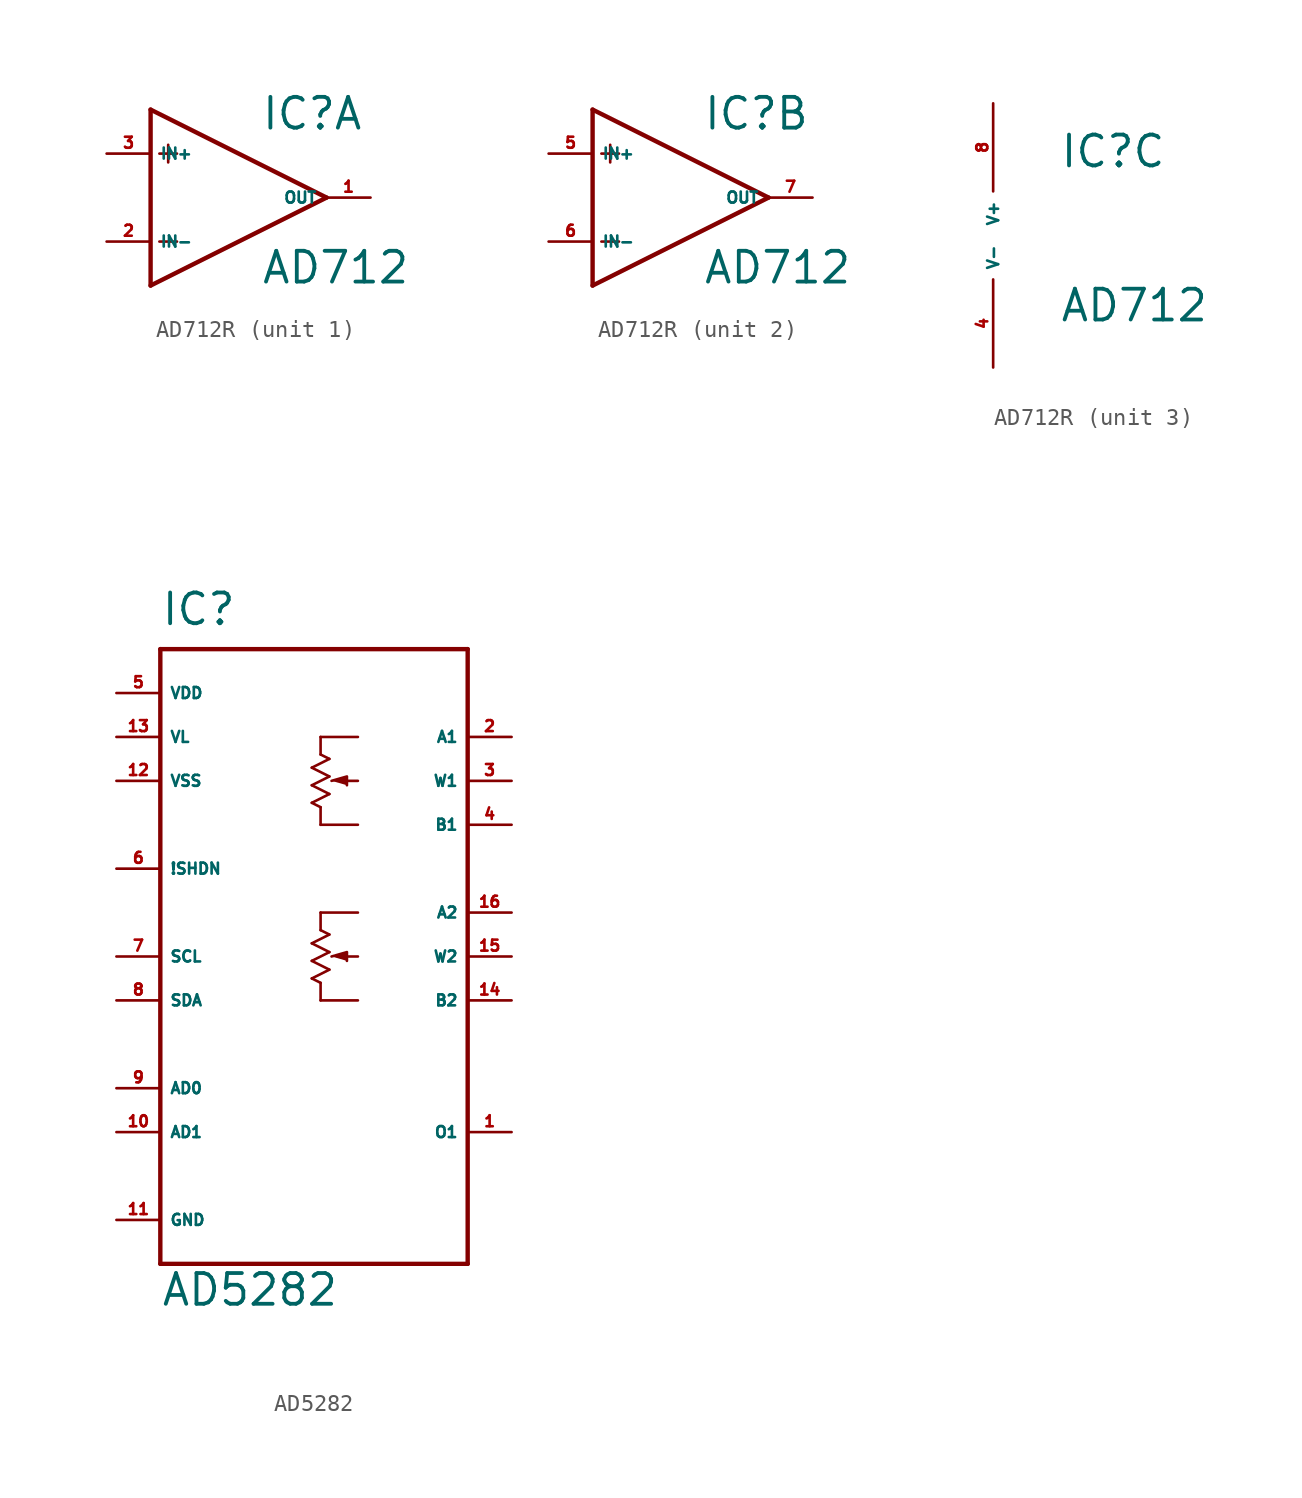
<source format=kicad_sym>
(kicad_symbol_lib
  (version 20220914)
  (generator Eagle2Kicad)
  (symbol "AD712R"
    (property "Reference" "IC"
      (at 3.81 3.81 0)
      (effects (font (size 1.778 1.778) (thickness 0.22)) (justify left bottom)))
    (property "Value" "AD712"
      (at 3.81 -5.08 0)
      (effects (font (size 1.778 1.778) (thickness 0.22)) (justify left bottom)))
    (symbol "AD712R_1_0"
      (polyline (pts (xy -2.54 5.08) (xy -2.54 -5.08)) (stroke (width 0.254) (type default)) (fill (type none)))
      (polyline (pts (xy -2.54 -5.08) (xy 7.62 0)) (stroke (width 0.254) (type default)) (fill (type none)))
      (polyline (pts (xy 7.62 0) (xy -2.54 5.08)) (stroke (width 0.254) (type default)) (fill (type none)))
      (polyline (pts (xy -2.032 2.54) (xy -1.016 2.54)) (stroke (width 0.152) (type default)) (fill (type none)))
      (polyline (pts (xy -1.524 3.048) (xy -1.524 2.032)) (stroke (width 0.152) (type default)) (fill (type none)))
      (polyline (pts (xy -2.032 -2.54) (xy -1.016 -2.54)) (stroke (width 0.152) (type default)) (fill (type none)))
      (pin input line (at -5.08 2.54 0) (length 2.54) (name "IN+" (effects (font (size 0.635 0.635) (thickness 0.08)) (justify left bottom))) (number "3" (effects (font (size 0.635 0.635) (thickness 0.08)) (justify left bottom))))
      (pin input line (at -5.08 -2.54 0) (length 2.54) (name "IN-" (effects (font (size 0.635 0.635) (thickness 0.08)) (justify left bottom))) (number "2" (effects (font (size 0.635 0.635) (thickness 0.08)) (justify left bottom))))
      (pin output line (at 10.16 0 180) (length 2.54) (name "OUT" (effects (font (size 0.635 0.635) (thickness 0.08)) (justify left bottom))) (number "1" (effects (font (size 0.635 0.635) (thickness 0.08)) (justify left bottom)))))
    (symbol "AD712R_2_0"
      (polyline (pts (xy -2.54 5.08) (xy -2.54 -5.08)) (stroke (width 0.254) (type default)) (fill (type none)))
      (polyline (pts (xy -2.54 -5.08) (xy 7.62 0)) (stroke (width 0.254) (type default)) (fill (type none)))
      (polyline (pts (xy 7.62 0) (xy -2.54 5.08)) (stroke (width 0.254) (type default)) (fill (type none)))
      (polyline (pts (xy -2.032 2.54) (xy -1.016 2.54)) (stroke (width 0.152) (type default)) (fill (type none)))
      (polyline (pts (xy -1.524 3.048) (xy -1.524 2.032)) (stroke (width 0.152) (type default)) (fill (type none)))
      (polyline (pts (xy -2.032 -2.54) (xy -1.016 -2.54)) (stroke (width 0.152) (type default)) (fill (type none)))
      (pin input line (at -5.08 2.54 0) (length 2.54) (name "IN+" (effects (font (size 0.635 0.635) (thickness 0.08)) (justify left bottom))) (number "5" (effects (font (size 0.635 0.635) (thickness 0.08)) (justify left bottom))))
      (pin input line (at -5.08 -2.54 0) (length 2.54) (name "IN-" (effects (font (size 0.635 0.635) (thickness 0.08)) (justify left bottom))) (number "6" (effects (font (size 0.635 0.635) (thickness 0.08)) (justify left bottom))))
      (pin output line (at 10.16 0 180) (length 2.54) (name "OUT" (effects (font (size 0.635 0.635) (thickness 0.08)) (justify left bottom))) (number "7" (effects (font (size 0.635 0.635) (thickness 0.08)) (justify left bottom)))))
    (symbol "AD712R_3_0"
      (pin unspecified line (at 0 7.62 270) (length 5.08) (name "V+" (effects (font (size 0.635 0.635) (thickness 0.08)) (justify left bottom))) (number "8" (effects (font (size 0.635 0.635) (thickness 0.08)) (justify left bottom))))
      (pin unspecified line (at 0 -7.62 90) (length 5.08) (name "V-" (effects (font (size 0.635 0.635) (thickness 0.08)) (justify left bottom))) (number "4" (effects (font (size 0.635 0.635) (thickness 0.08)) (justify left bottom))))))
  (symbol "AD5282"
    (property "Reference" "IC"
      (at -10.16 19.05 0)
      (effects (font (size 1.778 1.778) (thickness 0.22)) (justify left bottom)))
    (property "Value" "AD5282"
      (at -10.16 -20.32 0)
      (effects (font (size 1.778 1.778) (thickness 0.22)) (justify left bottom)))
    (polyline
      (pts (xy -0.254 10.16) (xy 0.635 10.414) (xy 0.635 9.906))
      (stroke (width 0.152) (type default))
      (fill (type outline)))
    (polyline
      (pts (xy -0.254 0) (xy 0.635 0.254) (xy 0.635 -0.254))
      (stroke (width 0.152) (type default))
      (fill (type outline)))
    (polyline
      (pts (xy -10.16 17.78) (xy 7.62 17.78))
      (stroke (width 0.254) (type default))
      (fill (type none)))
    (polyline
      (pts (xy 7.62 17.78) (xy 7.62 -17.78))
      (stroke (width 0.254) (type default))
      (fill (type none)))
    (polyline
      (pts (xy 7.62 -17.78) (xy -10.16 -17.78))
      (stroke (width 0.254) (type default))
      (fill (type none)))
    (polyline
      (pts (xy -10.16 -17.78) (xy -10.16 17.78))
      (stroke (width 0.254) (type default))
      (fill (type none)))
    (polyline
      (pts (xy -0.889 12.7) (xy 1.27 12.7))
      (stroke (width 0.152) (type default))
      (fill (type none)))
    (polyline
      (pts (xy 1.27 7.62) (xy -0.889 7.62))
      (stroke (width 0.152) (type default))
      (fill (type none)))
    (polyline
      (pts (xy -0.889 7.62) (xy -0.889 8.636))
      (stroke (width 0.152) (type default))
      (fill (type none)))
    (polyline
      (pts (xy 0.635 10.16) (xy 1.27 10.16))
      (stroke (width 0.152) (type default))
      (fill (type none)))
    (polyline
      (pts (xy -0.889 11.684) (xy -0.889 12.7))
      (stroke (width 0.152) (type default))
      (fill (type none)))
    (polyline
      (pts (xy -0.889 11.684) (xy -0.381 11.43))
      (stroke (width 0.152) (type default))
      (fill (type none)))
    (polyline
      (pts (xy -0.381 11.43) (xy -1.397 10.922))
      (stroke (width 0.152) (type default))
      (fill (type none)))
    (polyline
      (pts (xy -1.397 10.922) (xy -0.381 10.414))
      (stroke (width 0.152) (type default))
      (fill (type none)))
    (polyline
      (pts (xy -0.381 10.414) (xy -1.397 9.906))
      (stroke (width 0.152) (type default))
      (fill (type none)))
    (polyline
      (pts (xy -1.397 9.906) (xy -0.381 9.398))
      (stroke (width 0.152) (type default))
      (fill (type none)))
    (polyline
      (pts (xy -0.381 9.398) (xy -1.397 8.89))
      (stroke (width 0.152) (type default))
      (fill (type none)))
    (polyline
      (pts (xy -1.397 8.89) (xy -0.889 8.636))
      (stroke (width 0.152) (type default))
      (fill (type none)))
    (polyline
      (pts (xy -0.889 2.54) (xy 1.27 2.54))
      (stroke (width 0.152) (type default))
      (fill (type none)))
    (polyline
      (pts (xy 1.27 -2.54) (xy -0.889 -2.54))
      (stroke (width 0.152) (type default))
      (fill (type none)))
    (polyline
      (pts (xy -0.889 -2.54) (xy -0.889 -1.524))
      (stroke (width 0.152) (type default))
      (fill (type none)))
    (polyline
      (pts (xy 0.635 0) (xy 1.27 0))
      (stroke (width 0.152) (type default))
      (fill (type none)))
    (polyline
      (pts (xy -0.889 1.524) (xy -0.889 2.54))
      (stroke (width 0.152) (type default))
      (fill (type none)))
    (polyline
      (pts (xy -0.889 1.524) (xy -0.381 1.27))
      (stroke (width 0.152) (type default))
      (fill (type none)))
    (polyline
      (pts (xy -0.381 1.27) (xy -1.397 0.762))
      (stroke (width 0.152) (type default))
      (fill (type none)))
    (polyline
      (pts (xy -1.397 0.762) (xy -0.381 0.254))
      (stroke (width 0.152) (type default))
      (fill (type none)))
    (polyline
      (pts (xy -0.381 0.254) (xy -1.397 -0.254))
      (stroke (width 0.152) (type default))
      (fill (type none)))
    (polyline
      (pts (xy -1.397 -0.254) (xy -0.381 -0.762))
      (stroke (width 0.152) (type default))
      (fill (type none)))
    (polyline
      (pts (xy -0.381 -0.762) (xy -1.397 -1.27))
      (stroke (width 0.152) (type default))
      (fill (type none)))
    (polyline
      (pts (xy -1.397 -1.27) (xy -0.889 -1.524))
      (stroke (width 0.152) (type default))
      (fill (type none)))
    (pin input line
      (at -12.7 5.08 0)
      (length 2.54)
      (name "!SHDN" (effects (font (size 0.635 0.635) (thickness 0.08)) (justify left bottom)))
      (number "6" (effects (font (size 0.635 0.635) (thickness 0.08)) (justify left bottom))))
    (pin unspecified line
      (at -12.7 15.24 0)
      (length 2.54)
      (name "VDD" (effects (font (size 0.635 0.635) (thickness 0.08)) (justify left bottom)))
      (number "5" (effects (font (size 0.635 0.635) (thickness 0.08)) (justify left bottom))))
    (pin unspecified line
      (at -12.7 12.7 0)
      (length 2.54)
      (name "VL" (effects (font (size 0.635 0.635) (thickness 0.08)) (justify left bottom)))
      (number "13" (effects (font (size 0.635 0.635) (thickness 0.08)) (justify left bottom))))
    (pin unspecified line
      (at -12.7 10.16 0)
      (length 2.54)
      (name "VSS" (effects (font (size 0.635 0.635) (thickness 0.08)) (justify left bottom)))
      (number "12" (effects (font (size 0.635 0.635) (thickness 0.08)) (justify left bottom))))
    (pin unspecified line
      (at -12.7 -15.24 0)
      (length 2.54)
      (name "GND" (effects (font (size 0.635 0.635) (thickness 0.08)) (justify left bottom)))
      (number "11" (effects (font (size 0.635 0.635) (thickness 0.08)) (justify left bottom))))
    (pin input line
      (at -12.7 0 0)
      (length 2.54)
      (name "SCL" (effects (font (size 0.635 0.635) (thickness 0.08)) (justify left bottom)))
      (number "7" (effects (font (size 0.635 0.635) (thickness 0.08)) (justify left bottom))))
    (pin bidirectional line
      (at -12.7 -2.54 0)
      (length 2.54)
      (name "SDA" (effects (font (size 0.635 0.635) (thickness 0.08)) (justify left bottom)))
      (number "8" (effects (font (size 0.635 0.635) (thickness 0.08)) (justify left bottom))))
    (pin input line
      (at -12.7 -7.62 0)
      (length 2.54)
      (name "AD0" (effects (font (size 0.635 0.635) (thickness 0.08)) (justify left bottom)))
      (number "9" (effects (font (size 0.635 0.635) (thickness 0.08)) (justify left bottom))))
    (pin input line
      (at -12.7 -10.16 0)
      (length 2.54)
      (name "AD1" (effects (font (size 0.635 0.635) (thickness 0.08)) (justify left bottom)))
      (number "10" (effects (font (size 0.635 0.635) (thickness 0.08)) (justify left bottom))))
    (pin output line
      (at 10.16 -10.16 180)
      (length 2.54)
      (name "O1" (effects (font (size 0.635 0.635) (thickness 0.08)) (justify left bottom)))
      (number "1" (effects (font (size 0.635 0.635) (thickness 0.08)) (justify left bottom))))
    (pin passive line
      (at 10.16 12.7 180)
      (length 2.54)
      (name "A1" (effects (font (size 0.635 0.635) (thickness 0.08)) (justify left bottom)))
      (number "2" (effects (font (size 0.635 0.635) (thickness 0.08)) (justify left bottom))))
    (pin passive line
      (at 10.16 10.16 180)
      (length 2.54)
      (name "W1" (effects (font (size 0.635 0.635) (thickness 0.08)) (justify left bottom)))
      (number "3" (effects (font (size 0.635 0.635) (thickness 0.08)) (justify left bottom))))
    (pin passive line
      (at 10.16 7.62 180)
      (length 2.54)
      (name "B1" (effects (font (size 0.635 0.635) (thickness 0.08)) (justify left bottom)))
      (number "4" (effects (font (size 0.635 0.635) (thickness 0.08)) (justify left bottom))))
    (pin passive line
      (at 10.16 2.54 180)
      (length 2.54)
      (name "A2" (effects (font (size 0.635 0.635) (thickness 0.08)) (justify left bottom)))
      (number "16" (effects (font (size 0.635 0.635) (thickness 0.08)) (justify left bottom))))
    (pin passive line
      (at 10.16 0 180)
      (length 2.54)
      (name "W2" (effects (font (size 0.635 0.635) (thickness 0.08)) (justify left bottom)))
      (number "15" (effects (font (size 0.635 0.635) (thickness 0.08)) (justify left bottom))))
    (pin passive line
      (at 10.16 -2.54 180)
      (length 2.54)
      (name "B2" (effects (font (size 0.635 0.635) (thickness 0.08)) (justify left bottom)))
      (number "14" (effects (font (size 0.635 0.635) (thickness 0.08)) (justify left bottom))))))
</source>
